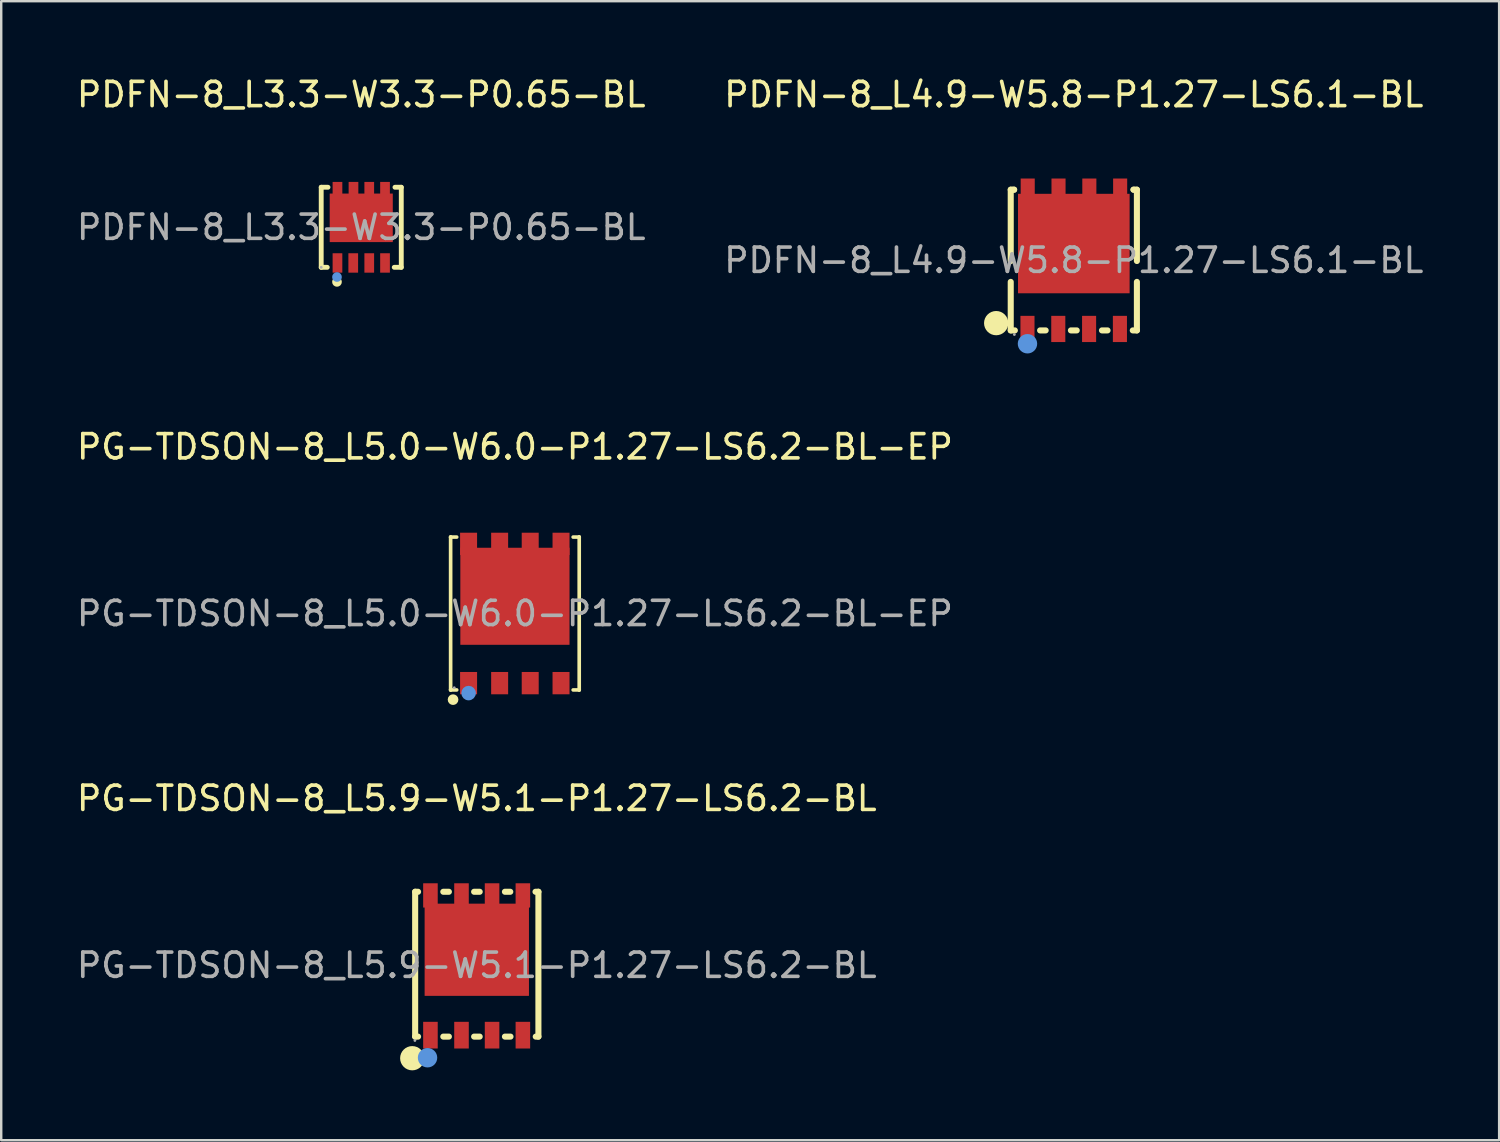
<source format=kicad_pcb>
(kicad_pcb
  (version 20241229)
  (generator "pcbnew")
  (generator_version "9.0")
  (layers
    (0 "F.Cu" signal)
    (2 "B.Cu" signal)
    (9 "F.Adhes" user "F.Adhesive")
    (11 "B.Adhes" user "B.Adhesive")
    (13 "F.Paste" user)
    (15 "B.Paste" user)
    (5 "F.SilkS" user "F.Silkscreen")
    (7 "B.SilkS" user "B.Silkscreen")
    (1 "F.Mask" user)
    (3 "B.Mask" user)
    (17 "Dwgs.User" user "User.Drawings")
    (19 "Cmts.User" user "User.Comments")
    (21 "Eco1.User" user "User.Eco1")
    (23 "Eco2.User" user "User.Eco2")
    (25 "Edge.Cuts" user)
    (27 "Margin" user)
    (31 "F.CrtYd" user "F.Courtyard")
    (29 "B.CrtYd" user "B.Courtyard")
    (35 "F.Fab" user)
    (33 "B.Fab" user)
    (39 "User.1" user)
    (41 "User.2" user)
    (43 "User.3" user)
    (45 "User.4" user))
  (footprint "PDFN-8_L4.9-W5.8-P1.27-LS6.1-BL"
    (layer "F.Cu")
    (at 41.208 7.678)
    (property "Reference" "PDFN-8_L4.9-W5.8-P1.27-LS6.1-BL" (at 0 -6.83 0) (layer "F.SilkS") (effects (font (size 1 1) (thickness 0.15))))
    (attr through_hole)
    (fp_line (start -2.6 -2.91) (end -2.46 -2.91) (stroke (width 0.25) (type solid)) (layer "F.SilkS"))
    (fp_line (start -2.6 0.03) (end -2.6 -2.91) (stroke (width 0.25) (type solid)) (layer "F.SilkS"))
    (fp_line (start -2.6 2.89) (end -2.6 0.89) (stroke (width 0.25) (type solid)) (layer "F.SilkS"))
    (fp_line (start -2.6 2.89) (end -2.43 2.89) (stroke (width 0.25) (type solid)) (layer "F.SilkS"))
    (fp_line (start -2.5 -2.91) (end -2.46 -2.91) (stroke (width 0.25) (type solid)) (layer "F.SilkS"))
    (fp_line (start -1.39 2.89) (end -1.16 2.89) (stroke (width 0.25) (type solid)) (layer "F.SilkS"))
    (fp_line (start -0.12 2.89) (end 0.12 2.89) (stroke (width 0.25) (type solid)) (layer "F.SilkS"))
    (fp_line (start 1.16 2.89) (end 1.39 2.89) (stroke (width 0.25) (type solid)) (layer "F.SilkS"))
    (fp_line (start 2.43 2.89) (end 2.6 2.89) (stroke (width 0.25) (type solid)) (layer "F.SilkS"))
    (fp_line (start 2.46 -2.91) (end 2.5 -2.91) (stroke (width 0.25) (type solid)) (layer "F.SilkS"))
    (fp_line (start 2.46 -2.91) (end 2.6 -2.91) (stroke (width 0.25) (type solid)) (layer "F.SilkS"))
    (fp_line (start 2.6 -2.91) (end 2.6 0.03) (stroke (width 0.25) (type solid)) (layer "F.SilkS"))
    (fp_line (start 2.6 0.89) (end 2.6 2.89) (stroke (width 0.25) (type solid)) (layer "F.SilkS"))
    (fp_arc (start -3.2 2.59) (mid -3.2 2.59) (end -3.2 2.59) (stroke (width 0.5) (type solid)) (layer "F.SilkS"))
    (fp_circle (center -1.91 3.44) (end -1.71 3.44) (stroke (width 0.4) (type solid)) (fill no) (layer "Cmts.User"))
    (fp_circle (center -2.45 3.06) (end -2.42 3.06) (stroke (width 0.06) (type solid)) (fill no) (layer "F.Fab"))
    (fp_text user "${REFERENCE}" (at 0 0 0) (layer "F.Fab") (effects (font (size 1 1) (thickness 0.15))))
    (pad "1" smd rect (at -1.91 2.83 180) (size 0.58 1.08) (layers "F.Cu" "F.Mask" "F.Paste"))
    (pad "2" smd rect (at -0.64 2.83 180) (size 0.58 1.08) (layers "F.Cu" "F.Mask" "F.Paste"))
    (pad "3" smd rect (at 0.63 2.83 180) (size 0.58 1.08) (layers "F.Cu" "F.Mask" "F.Paste"))
    (pad "4" smd rect (at 1.9 2.83 180) (size 0.58 1.08) (layers "F.Cu" "F.Mask" "F.Paste"))
    (pad "5" smd rect (at 1.91 -2.83) (size 0.58 1.08) (layers "F.Cu" "F.Mask" "F.Paste"))
    (pad "6" smd rect (at 0.64 -2.83) (size 0.58 1.08) (layers "F.Cu" "F.Mask" "F.Paste"))
    (pad "7" smd rect (at -0.63 -2.83) (size 0.58 1.08) (layers "F.Cu" "F.Mask" "F.Paste"))
    (pad "8" smd rect (at -1.9 -2.83) (size 0.58 1.08) (layers "F.Cu" "F.Mask" "F.Paste"))
    (pad "9" smd rect (at 0 -0.69) (size 4.6 4.1) (layers "F.Cu" "F.Mask" "F.Paste")))
  (footprint "PG-TDSON-8_L5.9-W5.1-P1.27-LS6.2-BL"
    (layer "F.Cu")
    (at 16.601 36.735)
    (property "Reference" "PG-TDSON-8_L5.9-W5.1-P1.27-LS6.2-BL" (at 0 -6.88 0) (layer "F.SilkS") (effects (font (size 1 1) (thickness 0.15))))
    (attr through_hole)
    (fp_line (start -2.54 -3.03) (end -2.42 -3.03) (stroke (width 0.25) (type solid)) (layer "F.SilkS"))
    (fp_line (start -2.54 2.94) (end -2.54 -3.03) (stroke (width 0.25) (type solid)) (layer "F.SilkS"))
    (fp_line (start -2.42 2.94) (end -2.54 2.94) (stroke (width 0.25) (type solid)) (layer "F.SilkS"))
    (fp_line (start -1.38 -3.03) (end -1.15 -3.03) (stroke (width 0.25) (type solid)) (layer "F.SilkS"))
    (fp_line (start -1.15 2.94) (end -1.38 2.94) (stroke (width 0.25) (type solid)) (layer "F.SilkS"))
    (fp_line (start -0.11 -3.03) (end 0.12 -3.03) (stroke (width 0.25) (type solid)) (layer "F.SilkS"))
    (fp_line (start 0.12 2.94) (end -0.11 2.94) (stroke (width 0.25) (type solid)) (layer "F.SilkS"))
    (fp_line (start 1.16 -3.03) (end 1.38 -3.03) (stroke (width 0.25) (type solid)) (layer "F.SilkS"))
    (fp_line (start 1.39 2.94) (end 1.16 2.94) (stroke (width 0.25) (type solid)) (layer "F.SilkS"))
    (fp_line (start 2.42 -3.03) (end 2.54 -3.03) (stroke (width 0.25) (type solid)) (layer "F.SilkS"))
    (fp_line (start 2.54 -3.03) (end 2.54 2.94) (stroke (width 0.25) (type solid)) (layer "F.SilkS"))
    (fp_line (start 2.54 2.94) (end 2.43 2.94) (stroke (width 0.25) (type solid)) (layer "F.SilkS"))
    (fp_arc (start -2.66 3.83) (mid -2.66 3.83) (end -2.66 3.83) (stroke (width 0.5) (type solid)) (layer "F.SilkS"))
    (fp_circle (center -2.03 3.81) (end -1.83 3.81) (stroke (width 0.4) (type solid)) (fill no) (layer "Cmts.User"))
    (fp_circle (center -2.55 3.1) (end -2.52 3.1) (stroke (width 0.06) (type solid)) (fill no) (layer "F.Fab"))
    (fp_text user "${REFERENCE}" (at 0 0 0) (layer "F.Fab") (effects (font (size 1 1) (thickness 0.15))))
    (pad "1" smd rect (at -1.91 2.88) (size 0.6 1.1) (layers "F.Cu" "F.Mask" "F.Paste"))
    (pad "2" smd rect (at -0.63 2.88) (size 0.6 1.1) (layers "F.Cu" "F.Mask" "F.Paste"))
    (pad "3" smd rect (at 0.63 2.88) (size 0.6 1.1) (layers "F.Cu" "F.Mask" "F.Paste"))
    (pad "4" smd rect (at 1.9 2.88) (size 0.6 1.1) (layers "F.Cu" "F.Mask" "F.Paste"))
    (pad "5" smd rect (at 1.9 -2.88) (size 0.6 1) (layers "F.Cu" "F.Mask" "F.Paste"))
    (pad "6" smd rect (at 0.63 -2.88) (size 0.6 1) (layers "F.Cu" "F.Mask" "F.Paste"))
    (pad "7" smd rect (at -0.63 -2.88) (size 0.6 1) (layers "F.Cu" "F.Mask" "F.Paste"))
    (pad "8" smd rect (at -1.91 -2.88) (size 0.6 1) (layers "F.Cu" "F.Mask" "F.Paste"))
    (pad "8" smd rect (at 0 -0.64) (size 4.3 3.8) (layers "F.Cu" "F.Mask" "F.Paste")))
  (footprint "PDFN-8_L3.3-W3.3-P0.65-BL"
    (layer "F.Cu")
    (at 11.839 6.318)
    (property "Reference" "PDFN-8_L3.3-W3.3-P0.65-BL" (at 0 -5.47 0) (layer "F.SilkS") (effects (font (size 1 1) (thickness 0.15))))
    (attr through_hole)
    (fp_line (start -1.65 -1.65) (end -1.65 1.65) (stroke (width 0.2) (type solid)) (layer "F.SilkS"))
    (fp_line (start -1.4 1.65) (end -1.65 1.65) (stroke (width 0.2) (type solid)) (layer "F.SilkS"))
    (fp_line (start -1.37 -1.65) (end -1.65 -1.65) (stroke (width 0.2) (type solid)) (layer "F.SilkS"))
    (fp_line (start 1.65 -1.65) (end 1.39 -1.65) (stroke (width 0.2) (type solid)) (layer "F.SilkS"))
    (fp_line (start 1.65 -1.65) (end 1.65 1.65) (stroke (width 0.2) (type solid)) (layer "F.SilkS"))
    (fp_line (start 1.65 1.65) (end 1.36 1.65) (stroke (width 0.2) (type solid)) (layer "F.SilkS"))
    (fp_circle (center -1 2.25) (end -0.9 2.25) (stroke (width 0.2) (type solid)) (fill no) (layer "F.SilkS"))
    (fp_circle (center -1 2.05) (end -0.9 2.05) (stroke (width 0.2) (type solid)) (fill no) (layer "Cmts.User"))
    (fp_circle (center -1.65 1.65) (end -1.62 1.65) (stroke (width 0.06) (type solid)) (fill no) (layer "F.Fab"))
    (fp_text user "${REFERENCE}" (at 0 0 0) (layer "F.Fab") (effects (font (size 1 1) (thickness 0.15))))
    (pad "1" smd rect (at -0.98 1.47 180) (size 0.4 0.8) (layers "F.Cu" "F.Mask" "F.Paste"))
    (pad "2" smd rect (at -0.33 1.47 180) (size 0.4 0.8) (layers "F.Cu" "F.Mask" "F.Paste"))
    (pad "3" smd rect (at 0.33 1.47 180) (size 0.4 0.8) (layers "F.Cu" "F.Mask" "F.Paste"))
    (pad "4" smd rect (at 0.98 1.47 180) (size 0.4 0.8) (layers "F.Cu" "F.Mask" "F.Paste"))
    (pad "5" smd rect (at 0.98 -1.47 180) (size 0.4 0.8) (layers "F.Cu" "F.Mask" "F.Paste"))
    (pad "6" smd rect (at 0.33 -1.47 180) (size 0.4 0.8) (layers "F.Cu" "F.Mask" "F.Paste"))
    (pad "7" smd rect (at -0.32 -1.47 180) (size 0.4 0.8) (layers "F.Cu" "F.Mask" "F.Paste"))
    (pad "8" smd rect (at -0.98 -1.47 180) (size 0.4 0.8) (layers "F.Cu" "F.Mask" "F.Paste"))
    (pad "9" smd rect (at 0 -0.39) (size 2.6 2) (layers "F.Cu" "F.Mask" "F.Paste")))
  (footprint "PG-TDSON-8_L5.0-W6.0-P1.27-LS6.2-BL-EP"
    (layer "F.Cu")
    (at 18.173 22.236)
    (property "Reference" "PG-TDSON-8_L5.0-W6.0-P1.27-LS6.2-BL-EP" (at 0 -6.87 0) (layer "F.SilkS") (effects (font (size 1 1) (thickness 0.15))))
    (attr through_hole)
    (fp_line (start -2.65 -3.15) (end -2.65 -3.15) (stroke (width 0.15) (type solid)) (layer "F.SilkS"))
    (fp_line (start -2.65 -3.15) (end -2.4 -3.15) (stroke (width 0.15) (type solid)) (layer "F.SilkS"))
    (fp_line (start -2.65 3.15) (end -2.65 -3.15) (stroke (width 0.15) (type solid)) (layer "F.SilkS"))
    (fp_line (start -2.65 3.15) (end -2.65 3.15) (stroke (width 0.15) (type solid)) (layer "F.SilkS"))
    (fp_line (start -2.4 3.15) (end -2.65 3.15) (stroke (width 0.15) (type solid)) (layer "F.SilkS"))
    (fp_line (start 2.4 3.15) (end 2.65 3.15) (stroke (width 0.15) (type solid)) (layer "F.SilkS"))
    (fp_line (start 2.65 -3.15) (end 2.4 -3.15) (stroke (width 0.15) (type solid)) (layer "F.SilkS"))
    (fp_line (start 2.65 -3.15) (end 2.65 -3.15) (stroke (width 0.15) (type solid)) (layer "F.SilkS"))
    (fp_line (start 2.65 3.15) (end 2.65 -3.15) (stroke (width 0.15) (type solid)) (layer "F.SilkS"))
    (fp_line (start 2.65 3.15) (end 2.65 3.15) (stroke (width 0.15) (type solid)) (layer "F.SilkS"))
    (fp_circle (center -2.55 3.55) (end -2.44 3.55) (stroke (width 0.22) (type solid)) (fill no) (layer "F.SilkS"))
    (fp_circle (center -1.91 3.28) (end -1.76 3.28) (stroke (width 0.3) (type solid)) (fill no) (layer "Cmts.User"))
    (fp_circle (center -2.5 3.06) (end -2.47 3.06) (stroke (width 0.06) (type solid)) (fill no) (layer "F.Fab"))
    (fp_text user "${REFERENCE}" (at 0 0 0) (layer "F.Fab") (effects (font (size 1 1) (thickness 0.15))))
    (pad "1" smd rect (at -1.91 2.87) (size 0.7 0.92) (layers "F.Cu" "F.Mask" "F.Paste"))
    (pad "2" smd rect (at -0.63 2.87) (size 0.7 0.92) (layers "F.Cu" "F.Mask" "F.Paste"))
    (pad "3" smd rect (at 0.63 2.87) (size 0.7 0.92) (layers "F.Cu" "F.Mask" "F.Paste"))
    (pad "4" smd rect (at 1.9 2.87) (size 0.7 0.92) (layers "F.Cu" "F.Mask" "F.Paste"))
    (pad "5" smd rect (at 1.9 -2.87) (size 0.7 0.92) (layers "F.Cu" "F.Mask" "F.Paste"))
    (pad "6" smd rect (at 0.63 -2.87) (size 0.7 0.92) (layers "F.Cu" "F.Mask" "F.Paste"))
    (pad "7" smd rect (at -0.63 -2.87) (size 0.7 0.92) (layers "F.Cu" "F.Mask" "F.Paste"))
    (pad "8" smd rect (at -1.91 -2.87) (size 0.7 0.92) (layers "F.Cu" "F.Mask" "F.Paste"))
    (pad "9" smd rect (at 0 -0.71) (size 4.5 4) (layers "F.Cu" "F.Mask" "F.Paste")))
  (gr_rect
    (start -3 -3)
    (end 58.738 43.945)
    (stroke (width 0.1) (type default))
    (fill no)
    (layer "Edge.Cuts")))
</source>
